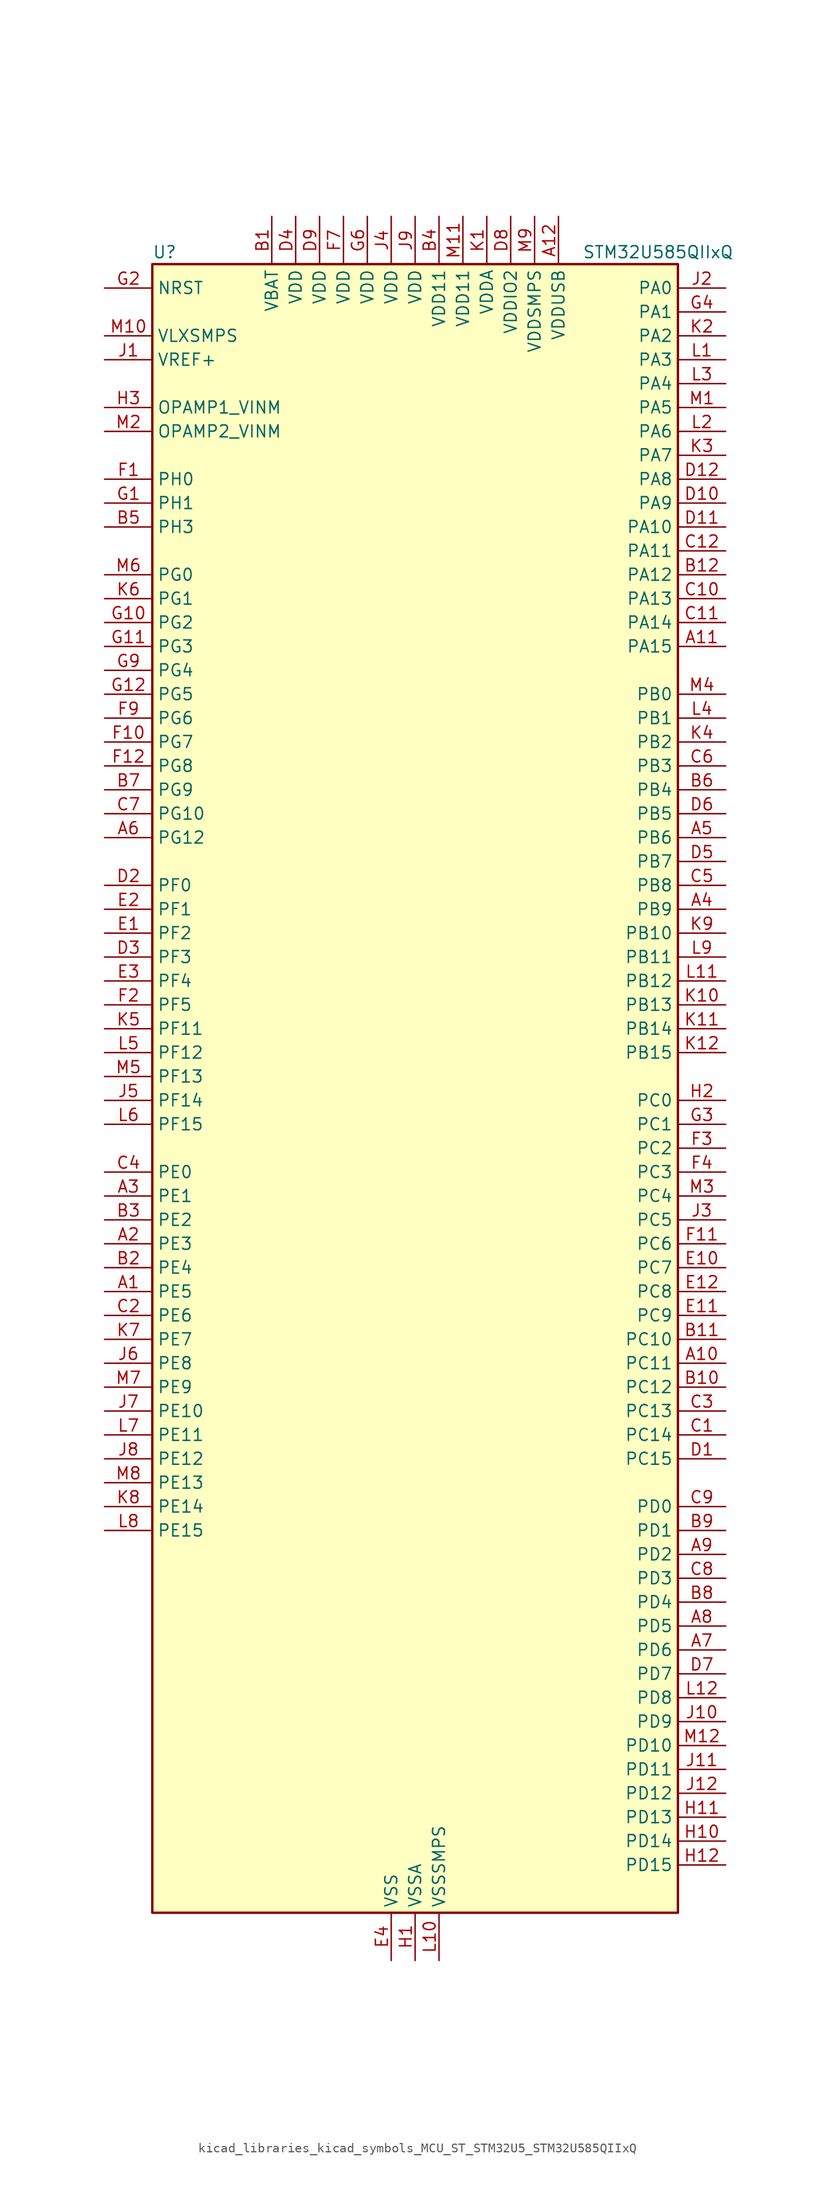
<source format=kicad_sym>
(kicad_symbol_lib
  (version 20220914)
  (generator kicad_symbol_editor)
  (symbol "kicad_libraries_kicad_symbols_MCU_ST_STM32U5_STM32U585QIIxQ"
    (property "Reference" "U"
      (at -27.94 90.17 0)
      (effects (font (size 1.27 1.27)) (justify left)))
    (property "Value" "STM32U585QIIxQ"
      (at 17.78 90.17 0)
      (effects (font (size 1.27 1.27)) (justify left)))
    (property "ki_locked" ""
      (at 0 0 0)
      (effects (font (size 1.27 1.27))))
    (symbol "kicad_libraries_kicad_symbols_MCU_ST_STM32U5_STM32U585QIIxQ_0_1"
      (rectangle (start -27.94 -86.36) (end 27.94 88.9) (stroke (width 0.254) (type default)) (fill (type background))))
    (symbol "kicad_libraries_kicad_symbols_MCU_ST_STM32U5_STM32U585QIIxQ_1_1"
      (pin bidirectional line (at -33.02 -20.32 0) (length 5.08) (name "PE5" (effects (font (size 1.27 1.27)))) (number "A1" (effects (font (size 1.27 1.27)))) (alternate "DCMI_D6" bidirectional line) (alternate "DEBUG_TRACED2" bidirectional line) (alternate "FMC_A21" bidirectional line) (alternate "MDF1_CKI3" bidirectional line) (alternate "PSSI_D6" bidirectional line) (alternate "PWR_WKUP2" bidirectional line) (alternate "SAI1_CK2" bidirectional line) (alternate "SAI1_SCK_A" bidirectional line) (alternate "TAMP_IN8" bidirectional line) (alternate "TAMP_OUT7" bidirectional line) (alternate "TIM3_CH3" bidirectional line) (alternate "TSC_G7_IO4" bidirectional line))
      (pin bidirectional line (at 33.02 -27.94 180) (length 5.08) (name "PC11" (effects (font (size 1.27 1.27)))) (number "A10" (effects (font (size 1.27 1.27)))) (alternate "ADC1_EXTI11" bidirectional line) (alternate "ADF1_SDI0" bidirectional line) (alternate "DCMI_D2" bidirectional line) (alternate "DCMI_D4" bidirectional line) (alternate "LPTIM3_IN1" bidirectional line) (alternate "OCTOSPIM_P1_NCS" bidirectional line) (alternate "PSSI_D2" bidirectional line) (alternate "PSSI_D4" bidirectional line) (alternate "SAI2_MCLK_B" bidirectional line) (alternate "SDMMC1_D3" bidirectional line) (alternate "SPI3_MISO" bidirectional line) (alternate "TSC_G3_IO3" bidirectional line) (alternate "UART4_RX" bidirectional line) (alternate "UCPD1_FRSTX2" bidirectional line) (alternate "USART3_RX" bidirectional line))
      (pin bidirectional line (at 33.02 48.26 180) (length 5.08) (name "PA15" (effects (font (size 1.27 1.27)))) (number "A11" (effects (font (size 1.27 1.27)))) (alternate "ADC1_EXTI15" bidirectional line) (alternate "ADC4_EXTI15" bidirectional line) (alternate "DEBUG_JTDI" bidirectional line) (alternate "SAI2_FS_B" bidirectional line) (alternate "SPI1_NSS" bidirectional line) (alternate "SPI3_NSS" bidirectional line) (alternate "TIM2_CH1" bidirectional line) (alternate "TIM2_ETR" bidirectional line) (alternate "UART4_DE" bidirectional line) (alternate "UART4_RTS" bidirectional line) (alternate "UCPD1_CC1" bidirectional line) (alternate "USART2_RX" bidirectional line) (alternate "USART3_DE" bidirectional line) (alternate "USART3_RTS" bidirectional line))
      (pin power_in line (at 15.24 93.98 270) (length 5.08) (name "VDDUSB" (effects (font (size 1.27 1.27)))) (number "A12" (effects (font (size 1.27 1.27)))))
      (pin bidirectional line (at -33.02 -15.24 0) (length 5.08) (name "PE3" (effects (font (size 1.27 1.27)))) (number "A2" (effects (font (size 1.27 1.27)))) (alternate "DEBUG_TRACED0" bidirectional line) (alternate "FMC_A19" bidirectional line) (alternate "OCTOSPIM_P1_DQS" bidirectional line) (alternate "SAI1_SD_B" bidirectional line) (alternate "TAMP_IN6" bidirectional line) (alternate "TAMP_OUT3" bidirectional line) (alternate "TIM3_CH1" bidirectional line) (alternate "TSC_G7_IO2" bidirectional line))
      (pin bidirectional line (at -33.02 -10.16 0) (length 5.08) (name "PE1" (effects (font (size 1.27 1.27)))) (number "A3" (effects (font (size 1.27 1.27)))) (alternate "DCMI_D3" bidirectional line) (alternate "FMC_NBL1" bidirectional line) (alternate "PSSI_D3" bidirectional line) (alternate "TIM17_CH1" bidirectional line))
      (pin bidirectional line (at 33.02 20.32 180) (length 5.08) (name "PB9" (effects (font (size 1.27 1.27)))) (number "A4" (effects (font (size 1.27 1.27)))) (alternate "DAC1_EXTI9" bidirectional line) (alternate "DCMI_D7" bidirectional line) (alternate "FDCAN1_TX" bidirectional line) (alternate "I2C1_SDA" bidirectional line) (alternate "IR_OUT" bidirectional line) (alternate "PSSI_D7" bidirectional line) (alternate "SAI1_D2" bidirectional line) (alternate "SAI1_FS_A" bidirectional line) (alternate "SDMMC1_CDIR" bidirectional line) (alternate "SDMMC1_D5" bidirectional line) (alternate "SDMMC2_D5" bidirectional line) (alternate "SPI2_NSS" bidirectional line) (alternate "TIM17_CH1" bidirectional line) (alternate "TIM4_CH4" bidirectional line))
      (pin bidirectional line (at 33.02 27.94 180) (length 5.08) (name "PB6" (effects (font (size 1.27 1.27)))) (number "A5" (effects (font (size 1.27 1.27)))) (alternate "COMP2_INP" bidirectional line) (alternate "DCMI_D5" bidirectional line) (alternate "I2C1_SCL" bidirectional line) (alternate "I2C4_SCL" bidirectional line) (alternate "LPTIM1_ETR" bidirectional line) (alternate "MDF1_SDI5" bidirectional line) (alternate "PSSI_D5" bidirectional line) (alternate "PWR_WKUP3" bidirectional line) (alternate "SAI1_FS_B" bidirectional line) (alternate "TIM16_CH1N" bidirectional line) (alternate "TIM4_CH1" bidirectional line) (alternate "TIM8_BKIN2" bidirectional line) (alternate "TSC_G2_IO3" bidirectional line) (alternate "USART1_TX" bidirectional line))
      (pin bidirectional line (at -33.02 27.94 0) (length 5.08) (name "PG12" (effects (font (size 1.27 1.27)))) (number "A6" (effects (font (size 1.27 1.27)))) (alternate "FMC_NE4" bidirectional line) (alternate "LPTIM1_ETR" bidirectional line) (alternate "OCTOSPIM_P2_NCS" bidirectional line) (alternate "SAI2_SD_A" bidirectional line) (alternate "SPI3_NSS" bidirectional line) (alternate "USART1_DE" bidirectional line) (alternate "USART1_RTS" bidirectional line))
      (pin bidirectional line (at 33.02 -58.42 180) (length 5.08) (name "PD6" (effects (font (size 1.27 1.27)))) (number "A7" (effects (font (size 1.27 1.27)))) (alternate "DCMI_D10" bidirectional line) (alternate "FMC_NWAIT" bidirectional line) (alternate "MDF1_SDI1" bidirectional line) (alternate "OCTOSPIM_P1_IO6" bidirectional line) (alternate "PSSI_D10" bidirectional line) (alternate "SAI1_D1" bidirectional line) (alternate "SAI1_SD_A" bidirectional line) (alternate "SDMMC2_CK" bidirectional line) (alternate "SPI3_MOSI" bidirectional line) (alternate "USART2_RX" bidirectional line))
      (pin bidirectional line (at 33.02 -55.88 180) (length 5.08) (name "PD5" (effects (font (size 1.27 1.27)))) (number "A8" (effects (font (size 1.27 1.27)))) (alternate "FMC_NWE" bidirectional line) (alternate "OCTOSPIM_P1_IO5" bidirectional line) (alternate "SPI2_RDY" bidirectional line) (alternate "USART2_TX" bidirectional line))
      (pin bidirectional line (at 33.02 -48.26 180) (length 5.08) (name "PD2" (effects (font (size 1.27 1.27)))) (number "A9" (effects (font (size 1.27 1.27)))) (alternate "DCMI_D11" bidirectional line) (alternate "DEBUG_TRACED2" bidirectional line) (alternate "LPTIM4_ETR" bidirectional line) (alternate "PSSI_D11" bidirectional line) (alternate "SDMMC1_CMD" bidirectional line) (alternate "TIM3_ETR" bidirectional line) (alternate "TSC_SYNC" bidirectional line) (alternate "UART5_RX" bidirectional line) (alternate "USART3_DE" bidirectional line) (alternate "USART3_RTS" bidirectional line))
      (pin power_in line (at -15.24 93.98 270) (length 5.08) (name "VBAT" (effects (font (size 1.27 1.27)))) (number "B1" (effects (font (size 1.27 1.27)))))
      (pin bidirectional line (at 33.02 -30.48 180) (length 5.08) (name "PC12" (effects (font (size 1.27 1.27)))) (number "B10" (effects (font (size 1.27 1.27)))) (alternate "DCMI_D9" bidirectional line) (alternate "DEBUG_TRACED3" bidirectional line) (alternate "PSSI_D9" bidirectional line) (alternate "SAI2_SD_B" bidirectional line) (alternate "SDMMC1_CK" bidirectional line) (alternate "SPI3_MOSI" bidirectional line) (alternate "TSC_G3_IO4" bidirectional line) (alternate "UART5_TX" bidirectional line) (alternate "USART3_CK" bidirectional line))
      (pin bidirectional line (at 33.02 -25.4 180) (length 5.08) (name "PC10" (effects (font (size 1.27 1.27)))) (number "B11" (effects (font (size 1.27 1.27)))) (alternate "ADF1_CCK1" bidirectional line) (alternate "DCMI_D8" bidirectional line) (alternate "DEBUG_TRACED1" bidirectional line) (alternate "LPTIM3_ETR" bidirectional line) (alternate "PSSI_D8" bidirectional line) (alternate "SAI2_SCK_B" bidirectional line) (alternate "SDMMC1_D2" bidirectional line) (alternate "SPI3_SCK" bidirectional line) (alternate "TSC_G3_IO2" bidirectional line) (alternate "UART4_TX" bidirectional line) (alternate "USART3_TX" bidirectional line))
      (pin bidirectional line (at 33.02 55.88 180) (length 5.08) (name "PA12" (effects (font (size 1.27 1.27)))) (number "B12" (effects (font (size 1.27 1.27)))) (alternate "FDCAN1_TX" bidirectional line) (alternate "OCTOSPIM_P2_NCS" bidirectional line) (alternate "SPI1_MOSI" bidirectional line) (alternate "TIM1_ETR" bidirectional line) (alternate "USART1_DE" bidirectional line) (alternate "USART1_RTS" bidirectional line) (alternate "USB_OTG_FS_DP" bidirectional line))
      (pin bidirectional line (at -33.02 -17.78 0) (length 5.08) (name "PE4" (effects (font (size 1.27 1.27)))) (number "B2" (effects (font (size 1.27 1.27)))) (alternate "DCMI_D4" bidirectional line) (alternate "DEBUG_TRACED1" bidirectional line) (alternate "FMC_A20" bidirectional line) (alternate "MDF1_SDI3" bidirectional line) (alternate "PSSI_D4" bidirectional line) (alternate "PWR_WKUP1" bidirectional line) (alternate "SAI1_D2" bidirectional line) (alternate "SAI1_FS_A" bidirectional line) (alternate "TAMP_IN7" bidirectional line) (alternate "TAMP_OUT8" bidirectional line) (alternate "TIM3_CH2" bidirectional line) (alternate "TSC_G7_IO3" bidirectional line))
      (pin bidirectional line (at -33.02 -12.7 0) (length 5.08) (name "PE2" (effects (font (size 1.27 1.27)))) (number "B3" (effects (font (size 1.27 1.27)))) (alternate "DEBUG_TRACECLK" bidirectional line) (alternate "FMC_A23" bidirectional line) (alternate "SAI1_CK1" bidirectional line) (alternate "SAI1_MCLK_A" bidirectional line) (alternate "TIM3_ETR" bidirectional line) (alternate "TSC_G7_IO1" bidirectional line))
      (pin power_in line (at 2.54 93.98 270) (length 5.08) (name "VDD11" (effects (font (size 1.27 1.27)))) (number "B4" (effects (font (size 1.27 1.27)))))
      (pin bidirectional line (at -33.02 60.96 0) (length 5.08) (name "PH3" (effects (font (size 1.27 1.27)))) (number "B5" (effects (font (size 1.27 1.27)))))
      (pin bidirectional line (at 33.02 33.02 180) (length 5.08) (name "PB4" (effects (font (size 1.27 1.27)))) (number "B6" (effects (font (size 1.27 1.27)))) (alternate "ADF1_SDI0" bidirectional line) (alternate "COMP2_INP" bidirectional line) (alternate "DCMI_D12" bidirectional line) (alternate "DEBUG_JTRST" bidirectional line) (alternate "I2C3_SDA" bidirectional line) (alternate "LPTIM1_CH2" bidirectional line) (alternate "PSSI_D12" bidirectional line) (alternate "SAI1_MCLK_B" bidirectional line) (alternate "SDMMC2_D3" bidirectional line) (alternate "SPI1_MISO" bidirectional line) (alternate "SPI3_MISO" bidirectional line) (alternate "TIM17_BKIN" bidirectional line) (alternate "TIM3_CH1" bidirectional line) (alternate "TSC_G2_IO1" bidirectional line) (alternate "UART5_DE" bidirectional line) (alternate "UART5_RTS" bidirectional line) (alternate "USART1_CTS" bidirectional line))
      (pin bidirectional line (at -33.02 33.02 0) (length 5.08) (name "PG9" (effects (font (size 1.27 1.27)))) (number "B7" (effects (font (size 1.27 1.27)))) (alternate "DAC1_EXTI9" bidirectional line) (alternate "FMC_NCE" bidirectional line) (alternate "FMC_NE2" bidirectional line) (alternate "OCTOSPIM_P2_IO6" bidirectional line) (alternate "SAI2_SCK_A" bidirectional line) (alternate "SPI3_SCK" bidirectional line) (alternate "TIM15_CH1N" bidirectional line) (alternate "USART1_TX" bidirectional line))
      (pin bidirectional line (at 33.02 -53.34 180) (length 5.08) (name "PD4" (effects (font (size 1.27 1.27)))) (number "B8" (effects (font (size 1.27 1.27)))) (alternate "FMC_NOE" bidirectional line) (alternate "MDF1_CKI0" bidirectional line) (alternate "OCTOSPIM_P1_IO4" bidirectional line) (alternate "SPI2_MOSI" bidirectional line) (alternate "USART2_DE" bidirectional line) (alternate "USART2_RTS" bidirectional line))
      (pin bidirectional line (at 33.02 -45.72 180) (length 5.08) (name "PD1" (effects (font (size 1.27 1.27)))) (number "B9" (effects (font (size 1.27 1.27)))) (alternate "FDCAN1_TX" bidirectional line) (alternate "FMC_D3" bidirectional line) (alternate "FMC_DA3" bidirectional line) (alternate "SPI2_SCK" bidirectional line))
      (pin bidirectional line (at 33.02 -35.56 180) (length 5.08) (name "PC14" (effects (font (size 1.27 1.27)))) (number "C1" (effects (font (size 1.27 1.27)))) (alternate "RCC_OSC32_IN" bidirectional line))
      (pin bidirectional line (at 33.02 53.34 180) (length 5.08) (name "PA13" (effects (font (size 1.27 1.27)))) (number "C10" (effects (font (size 1.27 1.27)))) (alternate "DEBUG_JTMS-SWDIO" bidirectional line) (alternate "IR_OUT" bidirectional line) (alternate "SAI1_SD_B" bidirectional line) (alternate "USB_OTG_FS_NOE" bidirectional line))
      (pin bidirectional line (at 33.02 50.8 180) (length 5.08) (name "PA14" (effects (font (size 1.27 1.27)))) (number "C11" (effects (font (size 1.27 1.27)))) (alternate "DEBUG_JTCK-SWCLK" bidirectional line) (alternate "I2C1_SMBA" bidirectional line) (alternate "I2C4_SMBA" bidirectional line) (alternate "LPTIM1_CH1" bidirectional line) (alternate "SAI1_FS_B" bidirectional line) (alternate "USB_OTG_FS_SOF" bidirectional line))
      (pin bidirectional line (at 33.02 58.42 180) (length 5.08) (name "PA11" (effects (font (size 1.27 1.27)))) (number "C12" (effects (font (size 1.27 1.27)))) (alternate "ADC1_EXTI11" bidirectional line) (alternate "FDCAN1_RX" bidirectional line) (alternate "SPI1_MISO" bidirectional line) (alternate "TIM1_BKIN2" bidirectional line) (alternate "TIM1_CH4" bidirectional line) (alternate "USART1_CTS" bidirectional line) (alternate "USB_OTG_FS_DM" bidirectional line))
      (pin bidirectional line (at -33.02 -22.86 0) (length 5.08) (name "PE6" (effects (font (size 1.27 1.27)))) (number "C2" (effects (font (size 1.27 1.27)))) (alternate "DCMI_D7" bidirectional line) (alternate "DEBUG_TRACED3" bidirectional line) (alternate "FMC_A22" bidirectional line) (alternate "PSSI_D7" bidirectional line) (alternate "PWR_WKUP3" bidirectional line) (alternate "SAI1_D1" bidirectional line) (alternate "SAI1_SD_A" bidirectional line) (alternate "TAMP_IN3" bidirectional line) (alternate "TAMP_OUT6" bidirectional line) (alternate "TIM3_CH4" bidirectional line))
      (pin bidirectional line (at 33.02 -33.02 180) (length 5.08) (name "PC13" (effects (font (size 1.27 1.27)))) (number "C3" (effects (font (size 1.27 1.27)))) (alternate "PWR_WKUP2" bidirectional line) (alternate "RTC_OUT1" bidirectional line) (alternate "RTC_TS" bidirectional line) (alternate "TAMP_IN1" bidirectional line) (alternate "TAMP_OUT2" bidirectional line))
      (pin bidirectional line (at -33.02 -7.62 0) (length 5.08) (name "PE0" (effects (font (size 1.27 1.27)))) (number "C4" (effects (font (size 1.27 1.27)))) (alternate "DCMI_D2" bidirectional line) (alternate "FMC_NBL0" bidirectional line) (alternate "PSSI_D2" bidirectional line) (alternate "TIM16_CH1" bidirectional line) (alternate "TIM4_ETR" bidirectional line))
      (pin bidirectional line (at 33.02 22.86 180) (length 5.08) (name "PB8" (effects (font (size 1.27 1.27)))) (number "C5" (effects (font (size 1.27 1.27)))) (alternate "DCMI_D6" bidirectional line) (alternate "FDCAN1_RX" bidirectional line) (alternate "I2C1_SCL" bidirectional line) (alternate "MDF1_CCK0" bidirectional line) (alternate "PSSI_D6" bidirectional line) (alternate "PWR_WKUP5" bidirectional line) (alternate "SAI1_CK1" bidirectional line) (alternate "SAI1_MCLK_A" bidirectional line) (alternate "SDMMC1_CKIN" bidirectional line) (alternate "SDMMC1_D4" bidirectional line) (alternate "SDMMC2_D4" bidirectional line) (alternate "SPI3_RDY" bidirectional line) (alternate "TIM16_CH1" bidirectional line) (alternate "TIM4_CH3" bidirectional line))
      (pin bidirectional line (at 33.02 35.56 180) (length 5.08) (name "PB3" (effects (font (size 1.27 1.27)))) (number "C6" (effects (font (size 1.27 1.27)))) (alternate "ADF1_CCK0" bidirectional line) (alternate "COMP2_INM" bidirectional line) (alternate "CRS_SYNC" bidirectional line) (alternate "DEBUG_JTDO-SWO" bidirectional line) (alternate "I2C1_SDA" bidirectional line) (alternate "LPTIM1_CH1" bidirectional line) (alternate "SAI1_SCK_B" bidirectional line) (alternate "SDMMC2_D2" bidirectional line) (alternate "SPI1_SCK" bidirectional line) (alternate "SPI3_SCK" bidirectional line) (alternate "TIM2_CH2" bidirectional line) (alternate "USART1_DE" bidirectional line) (alternate "USART1_RTS" bidirectional line))
      (pin bidirectional line (at -33.02 30.48 0) (length 5.08) (name "PG10" (effects (font (size 1.27 1.27)))) (number "C7" (effects (font (size 1.27 1.27)))) (alternate "FMC_NE3" bidirectional line) (alternate "LPTIM1_IN1" bidirectional line) (alternate "OCTOSPIM_P2_IO7" bidirectional line) (alternate "SAI2_FS_A" bidirectional line) (alternate "SPI3_MISO" bidirectional line) (alternate "TIM15_CH1" bidirectional line) (alternate "USART1_RX" bidirectional line))
      (pin bidirectional line (at 33.02 -50.8 180) (length 5.08) (name "PD3" (effects (font (size 1.27 1.27)))) (number "C8" (effects (font (size 1.27 1.27)))) (alternate "DCMI_D5" bidirectional line) (alternate "FMC_CLK" bidirectional line) (alternate "MDF1_SDI0" bidirectional line) (alternate "OCTOSPIM_P2_NCS" bidirectional line) (alternate "PSSI_D5" bidirectional line) (alternate "SPI2_MISO" bidirectional line) (alternate "SPI2_SCK" bidirectional line) (alternate "USART2_CTS" bidirectional line))
      (pin bidirectional line (at 33.02 -43.18 180) (length 5.08) (name "PD0" (effects (font (size 1.27 1.27)))) (number "C9" (effects (font (size 1.27 1.27)))) (alternate "FDCAN1_RX" bidirectional line) (alternate "FMC_D2" bidirectional line) (alternate "FMC_DA2" bidirectional line) (alternate "SPI2_NSS" bidirectional line) (alternate "TIM8_CH4N" bidirectional line))
      (pin bidirectional line (at 33.02 -38.1 180) (length 5.08) (name "PC15" (effects (font (size 1.27 1.27)))) (number "D1" (effects (font (size 1.27 1.27)))) (alternate "ADC1_EXTI15" bidirectional line) (alternate "ADC4_EXTI15" bidirectional line) (alternate "RCC_OSC32_OUT" bidirectional line))
      (pin bidirectional line (at 33.02 63.5 180) (length 5.08) (name "PA9" (effects (font (size 1.27 1.27)))) (number "D10" (effects (font (size 1.27 1.27)))) (alternate "DAC1_EXTI9" bidirectional line) (alternate "DCMI_D0" bidirectional line) (alternate "PSSI_D0" bidirectional line) (alternate "SAI1_FS_A" bidirectional line) (alternate "SPI2_SCK" bidirectional line) (alternate "TIM15_BKIN" bidirectional line) (alternate "TIM1_CH2" bidirectional line) (alternate "USART1_TX" bidirectional line) (alternate "USB_OTG_FS_VBUS" bidirectional line))
      (pin bidirectional line (at 33.02 60.96 180) (length 5.08) (name "PA10" (effects (font (size 1.27 1.27)))) (number "D11" (effects (font (size 1.27 1.27)))) (alternate "CRS_SYNC" bidirectional line) (alternate "DCMI_D1" bidirectional line) (alternate "LPTIM2_IN2" bidirectional line) (alternate "PSSI_D1" bidirectional line) (alternate "SAI1_D1" bidirectional line) (alternate "SAI1_SD_A" bidirectional line) (alternate "TIM17_BKIN" bidirectional line) (alternate "TIM1_CH3" bidirectional line) (alternate "USART1_RX" bidirectional line) (alternate "USB_OTG_FS_ID" bidirectional line))
      (pin bidirectional line (at 33.02 66.04 180) (length 5.08) (name "PA8" (effects (font (size 1.27 1.27)))) (number "D12" (effects (font (size 1.27 1.27)))) (alternate "DEBUG_TRACECLK" bidirectional line) (alternate "LPTIM2_CH1" bidirectional line) (alternate "RCC_MCO" bidirectional line) (alternate "SAI1_CK2" bidirectional line) (alternate "SAI1_SCK_A" bidirectional line) (alternate "SPI1_RDY" bidirectional line) (alternate "TIM1_CH1" bidirectional line) (alternate "USART1_CK" bidirectional line) (alternate "USB_OTG_FS_SOF" bidirectional line))
      (pin bidirectional line (at -33.02 22.86 0) (length 5.08) (name "PF0" (effects (font (size 1.27 1.27)))) (number "D2" (effects (font (size 1.27 1.27)))) (alternate "FMC_A0" bidirectional line) (alternate "I2C2_SDA" bidirectional line) (alternate "OCTOSPIM_P2_IO0" bidirectional line))
      (pin bidirectional line (at -33.02 15.24 0) (length 5.08) (name "PF3" (effects (font (size 1.27 1.27)))) (number "D3" (effects (font (size 1.27 1.27)))) (alternate "FMC_A3" bidirectional line) (alternate "LPTIM3_IN1" bidirectional line) (alternate "OCTOSPIM_P2_IO3" bidirectional line))
      (pin power_in line (at -12.7 93.98 270) (length 5.08) (name "VDD" (effects (font (size 1.27 1.27)))) (number "D4" (effects (font (size 1.27 1.27)))))
      (pin bidirectional line (at 33.02 25.4 180) (length 5.08) (name "PB7" (effects (font (size 1.27 1.27)))) (number "D5" (effects (font (size 1.27 1.27)))) (alternate "COMP2_INM" bidirectional line) (alternate "DCMI_VSYNC" bidirectional line) (alternate "FMC_NL" bidirectional line) (alternate "I2C1_SDA" bidirectional line) (alternate "I2C4_SDA" bidirectional line) (alternate "LPTIM1_IN2" bidirectional line) (alternate "MDF1_CKI5" bidirectional line) (alternate "PSSI_RDY" bidirectional line) (alternate "PWR_PVD_IN" bidirectional line) (alternate "PWR_WKUP4" bidirectional line) (alternate "TIM17_CH1N" bidirectional line) (alternate "TIM4_CH2" bidirectional line) (alternate "TIM8_BKIN" bidirectional line) (alternate "TSC_G2_IO4" bidirectional line) (alternate "UART4_CTS" bidirectional line) (alternate "USART1_RX" bidirectional line))
      (pin bidirectional line (at 33.02 30.48 180) (length 5.08) (name "PB5" (effects (font (size 1.27 1.27)))) (number "D6" (effects (font (size 1.27 1.27)))) (alternate "COMP2_OUT" bidirectional line) (alternate "DCMI_D10" bidirectional line) (alternate "I2C1_SMBA" bidirectional line) (alternate "LPTIM1_IN1" bidirectional line) (alternate "OCTOSPIM_P1_NCLK" bidirectional line) (alternate "PSSI_D10" bidirectional line) (alternate "PWR_WKUP6" bidirectional line) (alternate "SAI1_SD_B" bidirectional line) (alternate "SPI1_MOSI" bidirectional line) (alternate "SPI3_MOSI" bidirectional line) (alternate "TIM16_BKIN" bidirectional line) (alternate "TIM3_CH2" bidirectional line) (alternate "TSC_G2_IO2" bidirectional line) (alternate "UART5_CTS" bidirectional line) (alternate "UCPD1_DBCC1" bidirectional line) (alternate "USART1_CK" bidirectional line))
      (pin bidirectional line (at 33.02 -60.96 180) (length 5.08) (name "PD7" (effects (font (size 1.27 1.27)))) (number "D7" (effects (font (size 1.27 1.27)))) (alternate "FMC_NCE" bidirectional line) (alternate "FMC_NE1" bidirectional line) (alternate "LPTIM4_OUT" bidirectional line) (alternate "MDF1_CKI1" bidirectional line) (alternate "OCTOSPIM_P1_IO7" bidirectional line) (alternate "SDMMC2_CMD" bidirectional line) (alternate "USART2_CK" bidirectional line))
      (pin power_in line (at 10.16 93.98 270) (length 5.08) (name "VDDIO2" (effects (font (size 1.27 1.27)))) (number "D8" (effects (font (size 1.27 1.27)))))
      (pin power_in line (at -10.16 93.98 270) (length 5.08) (name "VDD" (effects (font (size 1.27 1.27)))) (number "D9" (effects (font (size 1.27 1.27)))))
      (pin bidirectional line (at -33.02 17.78 0) (length 5.08) (name "PF2" (effects (font (size 1.27 1.27)))) (number "E1" (effects (font (size 1.27 1.27)))) (alternate "FMC_A2" bidirectional line) (alternate "I2C2_SMBA" bidirectional line) (alternate "LPTIM3_CH2" bidirectional line) (alternate "OCTOSPIM_P2_IO2" bidirectional line) (alternate "PWR_WKUP8" bidirectional line))
      (pin bidirectional line (at 33.02 -17.78 180) (length 5.08) (name "PC7" (effects (font (size 1.27 1.27)))) (number "E10" (effects (font (size 1.27 1.27)))) (alternate "DCMI_D1" bidirectional line) (alternate "LPTIM2_CH2" bidirectional line) (alternate "MDF1_SDI3" bidirectional line) (alternate "PSSI_D1" bidirectional line) (alternate "PWR_CDSTOP" bidirectional line) (alternate "SAI2_MCLK_B" bidirectional line) (alternate "SDMMC1_D123DIR" bidirectional line) (alternate "SDMMC1_D7" bidirectional line) (alternate "SDMMC2_D7" bidirectional line) (alternate "TIM3_CH2" bidirectional line) (alternate "TIM8_CH2" bidirectional line) (alternate "TSC_G4_IO2" bidirectional line))
      (pin bidirectional line (at 33.02 -22.86 180) (length 5.08) (name "PC9" (effects (font (size 1.27 1.27)))) (number "E11" (effects (font (size 1.27 1.27)))) (alternate "DAC1_EXTI9" bidirectional line) (alternate "DCMI_D3" bidirectional line) (alternate "DEBUG_TRACED0" bidirectional line) (alternate "LPTIM3_CH2" bidirectional line) (alternate "PSSI_D3" bidirectional line) (alternate "SDMMC1_D1" bidirectional line) (alternate "TIM3_CH4" bidirectional line) (alternate "TIM8_BKIN2" bidirectional line) (alternate "TIM8_CH4" bidirectional line) (alternate "TSC_G4_IO4" bidirectional line) (alternate "USB_OTG_FS_NOE" bidirectional line))
      (pin bidirectional line (at 33.02 -20.32 180) (length 5.08) (name "PC8" (effects (font (size 1.27 1.27)))) (number "E12" (effects (font (size 1.27 1.27)))) (alternate "DCMI_D2" bidirectional line) (alternate "LPTIM3_CH1" bidirectional line) (alternate "PSSI_D2" bidirectional line) (alternate "PWR_SRDSTOP" bidirectional line) (alternate "SDMMC1_D0" bidirectional line) (alternate "TIM3_CH3" bidirectional line) (alternate "TIM8_CH3" bidirectional line) (alternate "TSC_G4_IO3" bidirectional line))
      (pin bidirectional line (at -33.02 20.32 0) (length 5.08) (name "PF1" (effects (font (size 1.27 1.27)))) (number "E2" (effects (font (size 1.27 1.27)))) (alternate "FMC_A1" bidirectional line) (alternate "I2C2_SCL" bidirectional line) (alternate "OCTOSPIM_P2_IO1" bidirectional line))
      (pin bidirectional line (at -33.02 12.7 0) (length 5.08) (name "PF4" (effects (font (size 1.27 1.27)))) (number "E3" (effects (font (size 1.27 1.27)))) (alternate "FMC_A4" bidirectional line) (alternate "LPTIM3_ETR" bidirectional line) (alternate "OCTOSPIM_P2_CLK" bidirectional line))
      (pin power_in line (at -2.54 -91.44 90) (length 5.08) (name "VSS" (effects (font (size 1.27 1.27)))) (number "E4" (effects (font (size 1.27 1.27)))))
      (pin passive line (at -2.54 -91.44 90) (length 5.08) hide (name "VSS" (effects (font (size 1.27 1.27)))) (number "E9" (effects (font (size 1.27 1.27)))))
      (pin bidirectional line (at -33.02 66.04 0) (length 5.08) (name "PH0" (effects (font (size 1.27 1.27)))) (number "F1" (effects (font (size 1.27 1.27)))) (alternate "RCC_OSC_IN" bidirectional line))
      (pin bidirectional line (at -33.02 38.1 0) (length 5.08) (name "PG7" (effects (font (size 1.27 1.27)))) (number "F10" (effects (font (size 1.27 1.27)))) (alternate "FMC_INT" bidirectional line) (alternate "I2C3_SCL" bidirectional line) (alternate "LPUART1_TX" bidirectional line) (alternate "MDF1_CCK0" bidirectional line) (alternate "OCTOSPIM_P2_DQS" bidirectional line) (alternate "SAI1_CK1" bidirectional line) (alternate "SAI1_MCLK_A" bidirectional line) (alternate "UCPD1_FRSTX2" bidirectional line))
      (pin bidirectional line (at 33.02 -15.24 180) (length 5.08) (name "PC6" (effects (font (size 1.27 1.27)))) (number "F11" (effects (font (size 1.27 1.27)))) (alternate "DCMI_D0" bidirectional line) (alternate "MDF1_CKI3" bidirectional line) (alternate "PSSI_D0" bidirectional line) (alternate "PWR_CSLEEP" bidirectional line) (alternate "SAI2_MCLK_A" bidirectional line) (alternate "SDMMC1_D0DIR" bidirectional line) (alternate "SDMMC1_D6" bidirectional line) (alternate "SDMMC2_D6" bidirectional line) (alternate "TIM3_CH1" bidirectional line) (alternate "TIM8_CH1" bidirectional line) (alternate "TSC_G4_IO1" bidirectional line))
      (pin bidirectional line (at -33.02 35.56 0) (length 5.08) (name "PG8" (effects (font (size 1.27 1.27)))) (number "F12" (effects (font (size 1.27 1.27)))) (alternate "I2C3_SDA" bidirectional line) (alternate "LPUART1_RX" bidirectional line))
      (pin bidirectional line (at -33.02 10.16 0) (length 5.08) (name "PF5" (effects (font (size 1.27 1.27)))) (number "F2" (effects (font (size 1.27 1.27)))) (alternate "FMC_A5" bidirectional line) (alternate "LPTIM3_CH1" bidirectional line) (alternate "OCTOSPIM_P2_NCLK" bidirectional line))
      (pin bidirectional line (at 33.02 -5.08 180) (length 5.08) (name "PC2" (effects (font (size 1.27 1.27)))) (number "F3" (effects (font (size 1.27 1.27)))) (alternate "ADC1_IN3" bidirectional line) (alternate "ADC4_IN3" bidirectional line) (alternate "LPTIM1_IN2" bidirectional line) (alternate "MDF1_CCK1" bidirectional line) (alternate "OCTOSPIM_P1_IO5" bidirectional line) (alternate "SPI2_MISO" bidirectional line))
      (pin bidirectional line (at 33.02 -7.62 180) (length 5.08) (name "PC3" (effects (font (size 1.27 1.27)))) (number "F4" (effects (font (size 1.27 1.27)))) (alternate "ADC1_IN4" bidirectional line) (alternate "ADC4_IN4" bidirectional line) (alternate "LPTIM1_ETR" bidirectional line) (alternate "LPTIM2_ETR" bidirectional line) (alternate "LPTIM3_CH1" bidirectional line) (alternate "OCTOSPIM_P1_IO6" bidirectional line) (alternate "SAI1_D1" bidirectional line) (alternate "SAI1_SD_A" bidirectional line) (alternate "SPI2_MOSI" bidirectional line))
      (pin passive line (at -2.54 -91.44 90) (length 5.08) hide (name "VSS" (effects (font (size 1.27 1.27)))) (number "F6" (effects (font (size 1.27 1.27)))))
      (pin power_in line (at -7.62 93.98 270) (length 5.08) (name "VDD" (effects (font (size 1.27 1.27)))) (number "F7" (effects (font (size 1.27 1.27)))))
      (pin bidirectional line (at -33.02 40.64 0) (length 5.08) (name "PG6" (effects (font (size 1.27 1.27)))) (number "F9" (effects (font (size 1.27 1.27)))) (alternate "I2C3_SMBA" bidirectional line) (alternate "LPUART1_DE" bidirectional line) (alternate "LPUART1_RTS" bidirectional line) (alternate "OCTOSPIM_P1_DQS" bidirectional line) (alternate "SPI1_RDY" bidirectional line) (alternate "UCPD1_FRSTX1" bidirectional line))
      (pin bidirectional line (at -33.02 63.5 0) (length 5.08) (name "PH1" (effects (font (size 1.27 1.27)))) (number "G1" (effects (font (size 1.27 1.27)))) (alternate "RCC_OSC_OUT" bidirectional line))
      (pin bidirectional line (at -33.02 50.8 0) (length 5.08) (name "PG2" (effects (font (size 1.27 1.27)))) (number "G10" (effects (font (size 1.27 1.27)))) (alternate "FMC_A12" bidirectional line) (alternate "SAI2_SCK_B" bidirectional line) (alternate "SPI1_SCK" bidirectional line))
      (pin bidirectional line (at -33.02 48.26 0) (length 5.08) (name "PG3" (effects (font (size 1.27 1.27)))) (number "G11" (effects (font (size 1.27 1.27)))) (alternate "FMC_A13" bidirectional line) (alternate "SAI2_FS_B" bidirectional line) (alternate "SPI1_MISO" bidirectional line))
      (pin bidirectional line (at -33.02 43.18 0) (length 5.08) (name "PG5" (effects (font (size 1.27 1.27)))) (number "G12" (effects (font (size 1.27 1.27)))) (alternate "FMC_A15" bidirectional line) (alternate "LPUART1_CTS" bidirectional line) (alternate "SAI2_SD_B" bidirectional line) (alternate "SPI1_NSS" bidirectional line))
      (pin input line (at -33.02 86.36 0) (length 5.08) (name "NRST" (effects (font (size 1.27 1.27)))) (number "G2" (effects (font (size 1.27 1.27)))))
      (pin bidirectional line (at 33.02 -2.54 180) (length 5.08) (name "PC1" (effects (font (size 1.27 1.27)))) (number "G3" (effects (font (size 1.27 1.27)))) (alternate "ADC1_IN2" bidirectional line) (alternate "ADC4_IN2" bidirectional line) (alternate "DEBUG_TRACED0" bidirectional line) (alternate "I2C3_SDA" bidirectional line) (alternate "LPTIM1_CH1" bidirectional line) (alternate "LPUART1_TX" bidirectional line) (alternate "MDF1_CKI4" bidirectional line) (alternate "OCTOSPIM_P1_IO4" bidirectional line) (alternate "SAI1_SD_A" bidirectional line) (alternate "SDMMC2_CK" bidirectional line) (alternate "SPI2_MOSI" bidirectional line))
      (pin bidirectional line (at 33.02 83.82 180) (length 5.08) (name "PA1" (effects (font (size 1.27 1.27)))) (number "G4" (effects (font (size 1.27 1.27)))) (alternate "ADC1_IN6" bidirectional line) (alternate "I2C1_SMBA" bidirectional line) (alternate "LPTIM1_CH2" bidirectional line) (alternate "OCTOSPIM_P1_DQS" bidirectional line) (alternate "OPAMP1_VINM" bidirectional line) (alternate "PWR_WKUP3" bidirectional line) (alternate "SPI1_SCK" bidirectional line) (alternate "TAMP_IN5" bidirectional line) (alternate "TAMP_OUT4" bidirectional line) (alternate "TIM15_CH1N" bidirectional line) (alternate "TIM2_CH2" bidirectional line) (alternate "TIM5_CH2" bidirectional line) (alternate "UART4_RX" bidirectional line) (alternate "USART2_DE" bidirectional line) (alternate "USART2_RTS" bidirectional line))
      (pin power_in line (at -5.08 93.98 270) (length 5.08) (name "VDD" (effects (font (size 1.27 1.27)))) (number "G6" (effects (font (size 1.27 1.27)))))
      (pin passive line (at -2.54 -91.44 90) (length 5.08) hide (name "VSS" (effects (font (size 1.27 1.27)))) (number "G7" (effects (font (size 1.27 1.27)))))
      (pin bidirectional line (at -33.02 45.72 0) (length 5.08) (name "PG4" (effects (font (size 1.27 1.27)))) (number "G9" (effects (font (size 1.27 1.27)))) (alternate "FMC_A14" bidirectional line) (alternate "SAI2_MCLK_B" bidirectional line) (alternate "SPI1_MOSI" bidirectional line))
      (pin power_in line (at 0 -91.44 90) (length 5.08) (name "VSSA" (effects (font (size 1.27 1.27)))) (number "H1" (effects (font (size 1.27 1.27)))))
      (pin bidirectional line (at 33.02 -78.74 180) (length 5.08) (name "PD14" (effects (font (size 1.27 1.27)))) (number "H10" (effects (font (size 1.27 1.27)))) (alternate "FMC_D0" bidirectional line) (alternate "FMC_DA0" bidirectional line) (alternate "LPTIM3_CH1" bidirectional line) (alternate "TIM4_CH3" bidirectional line))
      (pin bidirectional line (at 33.02 -76.2 180) (length 5.08) (name "PD13" (effects (font (size 1.27 1.27)))) (number "H11" (effects (font (size 1.27 1.27)))) (alternate "ADC4_IN17" bidirectional line) (alternate "FMC_A18" bidirectional line) (alternate "I2C4_SDA" bidirectional line) (alternate "LPTIM2_CH1" bidirectional line) (alternate "LPTIM4_IN1" bidirectional line) (alternate "TIM4_CH2" bidirectional line) (alternate "TSC_G6_IO4" bidirectional line))
      (pin bidirectional line (at 33.02 -81.28 180) (length 5.08) (name "PD15" (effects (font (size 1.27 1.27)))) (number "H12" (effects (font (size 1.27 1.27)))) (alternate "ADC1_EXTI15" bidirectional line) (alternate "ADC4_EXTI15" bidirectional line) (alternate "FMC_D1" bidirectional line) (alternate "FMC_DA1" bidirectional line) (alternate "LPTIM3_CH2" bidirectional line) (alternate "TIM4_CH4" bidirectional line))
      (pin bidirectional line (at 33.02 0 180) (length 5.08) (name "PC0" (effects (font (size 1.27 1.27)))) (number "H2" (effects (font (size 1.27 1.27)))) (alternate "ADC1_IN1" bidirectional line) (alternate "ADC4_IN1" bidirectional line) (alternate "I2C3_SCL" bidirectional line) (alternate "LPTIM1_IN1" bidirectional line) (alternate "LPTIM2_IN1" bidirectional line) (alternate "LPUART1_RX" bidirectional line) (alternate "MDF1_SDI4" bidirectional line) (alternate "OCTOSPIM_P1_IO7" bidirectional line) (alternate "SAI2_FS_A" bidirectional line) (alternate "SDMMC1_D5" bidirectional line) (alternate "SPI2_RDY" bidirectional line))
      (pin bidirectional line (at -33.02 73.66 0) (length 5.08) (name "OPAMP1_VINM" (effects (font (size 1.27 1.27)))) (number "H3" (effects (font (size 1.27 1.27)))) (alternate "OPAMP1_VINM" bidirectional line))
      (pin passive line (at -2.54 -91.44 90) (length 5.08) hide (name "VSS" (effects (font (size 1.27 1.27)))) (number "H4" (effects (font (size 1.27 1.27)))))
      (pin passive line (at -2.54 -91.44 90) (length 5.08) hide (name "VSS" (effects (font (size 1.27 1.27)))) (number "H9" (effects (font (size 1.27 1.27)))))
      (pin input line (at -33.02 78.74 0) (length 5.08) (name "VREF+" (effects (font (size 1.27 1.27)))) (number "J1" (effects (font (size 1.27 1.27)))) (alternate "VREFBUF_OUT" bidirectional line))
      (pin bidirectional line (at 33.02 -66.04 180) (length 5.08) (name "PD9" (effects (font (size 1.27 1.27)))) (number "J10" (effects (font (size 1.27 1.27)))) (alternate "DAC1_EXTI9" bidirectional line) (alternate "DCMI_PIXCLK" bidirectional line) (alternate "FMC_D14" bidirectional line) (alternate "FMC_DA14" bidirectional line) (alternate "LPTIM2_IN2" bidirectional line) (alternate "LPTIM3_IN1" bidirectional line) (alternate "PSSI_PDCK" bidirectional line) (alternate "SAI2_MCLK_A" bidirectional line) (alternate "USART3_RX" bidirectional line))
      (pin bidirectional line (at 33.02 -71.12 180) (length 5.08) (name "PD11" (effects (font (size 1.27 1.27)))) (number "J11" (effects (font (size 1.27 1.27)))) (alternate "ADC1_EXTI11" bidirectional line) (alternate "ADC4_IN15" bidirectional line) (alternate "FMC_A16" bidirectional line) (alternate "FMC_CLE" bidirectional line) (alternate "I2C4_SMBA" bidirectional line) (alternate "LPTIM2_ETR" bidirectional line) (alternate "SAI2_SD_A" bidirectional line) (alternate "TSC_G6_IO2" bidirectional line) (alternate "USART3_CTS" bidirectional line))
      (pin bidirectional line (at 33.02 -73.66 180) (length 5.08) (name "PD12" (effects (font (size 1.27 1.27)))) (number "J12" (effects (font (size 1.27 1.27)))) (alternate "ADC4_IN16" bidirectional line) (alternate "FMC_A17" bidirectional line) (alternate "FMC_ALE" bidirectional line) (alternate "I2C4_SCL" bidirectional line) (alternate "LPTIM2_IN1" bidirectional line) (alternate "SAI2_FS_A" bidirectional line) (alternate "TIM4_CH1" bidirectional line) (alternate "TSC_G6_IO3" bidirectional line) (alternate "USART3_DE" bidirectional line) (alternate "USART3_RTS" bidirectional line))
      (pin bidirectional line (at 33.02 86.36 180) (length 5.08) (name "PA0" (effects (font (size 1.27 1.27)))) (number "J2" (effects (font (size 1.27 1.27)))) (alternate "ADC1_IN5" bidirectional line) (alternate "AUDIOCLK" bidirectional line) (alternate "OCTOSPIM_P2_NCS" bidirectional line) (alternate "OPAMP1_VINP" bidirectional line) (alternate "PWR_WKUP1" bidirectional line) (alternate "SDMMC2_CMD" bidirectional line) (alternate "SPI3_RDY" bidirectional line) (alternate "TAMP_IN2" bidirectional line) (alternate "TAMP_OUT1" bidirectional line) (alternate "TIM2_CH1" bidirectional line) (alternate "TIM2_ETR" bidirectional line) (alternate "TIM5_CH1" bidirectional line) (alternate "TIM8_ETR" bidirectional line) (alternate "UART4_TX" bidirectional line) (alternate "USART2_CTS" bidirectional line))
      (pin bidirectional line (at 33.02 -12.7 180) (length 5.08) (name "PC5" (effects (font (size 1.27 1.27)))) (number "J3" (effects (font (size 1.27 1.27)))) (alternate "ADC1_IN14" bidirectional line) (alternate "ADC4_IN23" bidirectional line) (alternate "COMP1_INP" bidirectional line) (alternate "PSSI_D15" bidirectional line) (alternate "PWR_WKUP5" bidirectional line) (alternate "SAI1_D3" bidirectional line) (alternate "TAMP_IN4" bidirectional line) (alternate "TAMP_OUT5" bidirectional line) (alternate "TIM1_CH4N" bidirectional line) (alternate "USART3_RX" bidirectional line))
      (pin power_in line (at -2.54 93.98 270) (length 5.08) (name "VDD" (effects (font (size 1.27 1.27)))) (number "J4" (effects (font (size 1.27 1.27)))))
      (pin bidirectional line (at -33.02 0 0) (length 5.08) (name "PF14" (effects (font (size 1.27 1.27)))) (number "J5" (effects (font (size 1.27 1.27)))) (alternate "ADC4_IN5" bidirectional line) (alternate "FMC_A8" bidirectional line) (alternate "I2C4_SCL" bidirectional line) (alternate "TSC_G8_IO1" bidirectional line))
      (pin bidirectional line (at -33.02 -27.94 0) (length 5.08) (name "PE8" (effects (font (size 1.27 1.27)))) (number "J6" (effects (font (size 1.27 1.27)))) (alternate "FMC_D5" bidirectional line) (alternate "FMC_DA5" bidirectional line) (alternate "MDF1_CKI2" bidirectional line) (alternate "PWR_WKUP7" bidirectional line) (alternate "SAI1_SCK_B" bidirectional line) (alternate "TIM1_CH1N" bidirectional line))
      (pin bidirectional line (at -33.02 -33.02 0) (length 5.08) (name "PE10" (effects (font (size 1.27 1.27)))) (number "J7" (effects (font (size 1.27 1.27)))) (alternate "ADF1_SDI0" bidirectional line) (alternate "FMC_D7" bidirectional line) (alternate "FMC_DA7" bidirectional line) (alternate "MDF1_SDI4" bidirectional line) (alternate "OCTOSPIM_P1_CLK" bidirectional line) (alternate "SAI1_MCLK_B" bidirectional line) (alternate "TIM1_CH2N" bidirectional line) (alternate "TSC_G5_IO1" bidirectional line))
      (pin bidirectional line (at -33.02 -38.1 0) (length 5.08) (name "PE12" (effects (font (size 1.27 1.27)))) (number "J8" (effects (font (size 1.27 1.27)))) (alternate "FMC_D9" bidirectional line) (alternate "FMC_DA9" bidirectional line) (alternate "MDF1_SDI5" bidirectional line) (alternate "OCTOSPIM_P1_IO0" bidirectional line) (alternate "SPI1_NSS" bidirectional line) (alternate "TIM1_CH3N" bidirectional line) (alternate "TSC_G5_IO3" bidirectional line))
      (pin power_in line (at 0 93.98 270) (length 5.08) (name "VDD" (effects (font (size 1.27 1.27)))) (number "J9" (effects (font (size 1.27 1.27)))))
      (pin power_in line (at 7.62 93.98 270) (length 5.08) (name "VDDA" (effects (font (size 1.27 1.27)))) (number "K1" (effects (font (size 1.27 1.27)))))
      (pin bidirectional line (at 33.02 10.16 180) (length 5.08) (name "PB13" (effects (font (size 1.27 1.27)))) (number "K10" (effects (font (size 1.27 1.27)))) (alternate "I2C2_SCL" bidirectional line) (alternate "LPTIM3_IN1" bidirectional line) (alternate "LPUART1_CTS" bidirectional line) (alternate "MDF1_CKI1" bidirectional line) (alternate "SAI2_SCK_A" bidirectional line) (alternate "SPI2_SCK" bidirectional line) (alternate "TIM15_CH1N" bidirectional line) (alternate "TIM1_CH1N" bidirectional line) (alternate "TSC_G1_IO2" bidirectional line) (alternate "USART3_CTS" bidirectional line))
      (pin bidirectional line (at 33.02 7.62 180) (length 5.08) (name "PB14" (effects (font (size 1.27 1.27)))) (number "K11" (effects (font (size 1.27 1.27)))) (alternate "I2C2_SDA" bidirectional line) (alternate "LPTIM3_ETR" bidirectional line) (alternate "MDF1_SDI2" bidirectional line) (alternate "SAI2_MCLK_A" bidirectional line) (alternate "SDMMC2_D0" bidirectional line) (alternate "SPI2_MISO" bidirectional line) (alternate "TIM15_CH1" bidirectional line) (alternate "TIM1_CH2N" bidirectional line) (alternate "TIM8_CH2N" bidirectional line) (alternate "TSC_G1_IO3" bidirectional line) (alternate "UCPD1_DBCC2" bidirectional line) (alternate "USART3_DE" bidirectional line) (alternate "USART3_RTS" bidirectional line))
      (pin bidirectional line (at 33.02 5.08 180) (length 5.08) (name "PB15" (effects (font (size 1.27 1.27)))) (number "K12" (effects (font (size 1.27 1.27)))) (alternate "ADC1_EXTI15" bidirectional line) (alternate "ADC4_EXTI15" bidirectional line) (alternate "FMC_NBL1" bidirectional line) (alternate "LPTIM2_IN2" bidirectional line) (alternate "MDF1_CKI2" bidirectional line) (alternate "PWR_WKUP7" bidirectional line) (alternate "RTC_REFIN" bidirectional line) (alternate "SAI2_SD_A" bidirectional line) (alternate "SDMMC2_D1" bidirectional line) (alternate "SPI2_MOSI" bidirectional line) (alternate "TIM15_CH2" bidirectional line) (alternate "TIM1_CH3N" bidirectional line) (alternate "TIM8_CH3N" bidirectional line) (alternate "UCPD1_CC2" bidirectional line))
      (pin bidirectional line (at 33.02 81.28 180) (length 5.08) (name "PA2" (effects (font (size 1.27 1.27)))) (number "K2" (effects (font (size 1.27 1.27)))) (alternate "ADC1_IN7" bidirectional line) (alternate "COMP1_INP" bidirectional line) (alternate "LPUART1_TX" bidirectional line) (alternate "OCTOSPIM_P1_NCS" bidirectional line) (alternate "PWR_WKUP4" bidirectional line) (alternate "RCC_LSCO" bidirectional line) (alternate "SPI1_RDY" bidirectional line) (alternate "TIM15_CH1" bidirectional line) (alternate "TIM2_CH3" bidirectional line) (alternate "TIM5_CH3" bidirectional line) (alternate "UCPD1_FRSTX1" bidirectional line) (alternate "USART2_TX" bidirectional line))
      (pin bidirectional line (at 33.02 68.58 180) (length 5.08) (name "PA7" (effects (font (size 1.27 1.27)))) (number "K3" (effects (font (size 1.27 1.27)))) (alternate "ADC1_IN12" bidirectional line) (alternate "ADC4_IN20" bidirectional line) (alternate "I2C3_SCL" bidirectional line) (alternate "LPTIM2_CH2" bidirectional line) (alternate "OCTOSPIM_P1_IO2" bidirectional line) (alternate "OPAMP2_VINM" bidirectional line) (alternate "PWR_SRDSTOP" bidirectional line) (alternate "PWR_WKUP8" bidirectional line) (alternate "SPI1_MOSI" bidirectional line) (alternate "TIM17_CH1" bidirectional line) (alternate "TIM1_CH1N" bidirectional line) (alternate "TIM3_CH2" bidirectional line) (alternate "TIM8_CH1N" bidirectional line) (alternate "USART3_TX" bidirectional line))
      (pin bidirectional line (at 33.02 38.1 180) (length 5.08) (name "PB2" (effects (font (size 1.27 1.27)))) (number "K4" (effects (font (size 1.27 1.27)))) (alternate "ADC1_IN17" bidirectional line) (alternate "COMP1_INP" bidirectional line) (alternate "I2C3_SMBA" bidirectional line) (alternate "LPTIM1_CH1" bidirectional line) (alternate "MDF1_CKI0" bidirectional line) (alternate "OCTOSPIM_P1_DQS" bidirectional line) (alternate "PWR_WKUP1" bidirectional line) (alternate "RTC_OUT2" bidirectional line) (alternate "SPI1_RDY" bidirectional line) (alternate "TIM8_CH4N" bidirectional line) (alternate "UCPD1_FRSTX1" bidirectional line))
      (pin bidirectional line (at -33.02 7.62 0) (length 5.08) (name "PF11" (effects (font (size 1.27 1.27)))) (number "K5" (effects (font (size 1.27 1.27)))) (alternate "ADC1_EXTI11" bidirectional line) (alternate "DCMI_D12" bidirectional line) (alternate "LPTIM4_IN1" bidirectional line) (alternate "OCTOSPIM_P1_NCLK" bidirectional line) (alternate "PSSI_D12" bidirectional line))
      (pin bidirectional line (at -33.02 53.34 0) (length 5.08) (name "PG1" (effects (font (size 1.27 1.27)))) (number "K6" (effects (font (size 1.27 1.27)))) (alternate "ADC4_IN8" bidirectional line) (alternate "FMC_A11" bidirectional line) (alternate "OCTOSPIM_P2_IO5" bidirectional line) (alternate "TSC_G8_IO4" bidirectional line))
      (pin bidirectional line (at -33.02 -25.4 0) (length 5.08) (name "PE7" (effects (font (size 1.27 1.27)))) (number "K7" (effects (font (size 1.27 1.27)))) (alternate "FMC_D4" bidirectional line) (alternate "FMC_DA4" bidirectional line) (alternate "MDF1_SDI2" bidirectional line) (alternate "PWR_WKUP6" bidirectional line) (alternate "SAI1_SD_B" bidirectional line) (alternate "TIM1_ETR" bidirectional line))
      (pin bidirectional line (at -33.02 -43.18 0) (length 5.08) (name "PE14" (effects (font (size 1.27 1.27)))) (number "K8" (effects (font (size 1.27 1.27)))) (alternate "FMC_D11" bidirectional line) (alternate "FMC_DA11" bidirectional line) (alternate "OCTOSPIM_P1_IO2" bidirectional line) (alternate "SPI1_MISO" bidirectional line) (alternate "TIM1_BKIN2" bidirectional line) (alternate "TIM1_CH4" bidirectional line))
      (pin bidirectional line (at 33.02 17.78 180) (length 5.08) (name "PB10" (effects (font (size 1.27 1.27)))) (number "K9" (effects (font (size 1.27 1.27)))) (alternate "COMP1_OUT" bidirectional line) (alternate "I2C2_SCL" bidirectional line) (alternate "I2C4_SCL" bidirectional line) (alternate "LPTIM3_CH1" bidirectional line) (alternate "LPUART1_RX" bidirectional line) (alternate "OCTOSPIM_P1_CLK" bidirectional line) (alternate "PWR_WKUP8" bidirectional line) (alternate "SAI1_SCK_A" bidirectional line) (alternate "SPI2_SCK" bidirectional line) (alternate "TIM2_CH3" bidirectional line) (alternate "TSC_SYNC" bidirectional line) (alternate "USART3_TX" bidirectional line))
      (pin bidirectional line (at 33.02 78.74 180) (length 5.08) (name "PA3" (effects (font (size 1.27 1.27)))) (number "L1" (effects (font (size 1.27 1.27)))) (alternate "ADC1_IN8" bidirectional line) (alternate "LPUART1_RX" bidirectional line) (alternate "OCTOSPIM_P1_CLK" bidirectional line) (alternate "OPAMP1_VOUT" bidirectional line) (alternate "PWR_WKUP5" bidirectional line) (alternate "SAI1_CK1" bidirectional line) (alternate "SAI1_MCLK_A" bidirectional line) (alternate "TIM15_CH2" bidirectional line) (alternate "TIM2_CH4" bidirectional line) (alternate "TIM5_CH4" bidirectional line) (alternate "USART2_RX" bidirectional line))
      (pin power_in line (at 2.54 -91.44 90) (length 5.08) (name "VSSSMPS" (effects (font (size 1.27 1.27)))) (number "L10" (effects (font (size 1.27 1.27)))))
      (pin bidirectional line (at 33.02 12.7 180) (length 5.08) (name "PB12" (effects (font (size 1.27 1.27)))) (number "L11" (effects (font (size 1.27 1.27)))) (alternate "I2C2_SMBA" bidirectional line) (alternate "LPUART1_DE" bidirectional line) (alternate "LPUART1_RTS" bidirectional line) (alternate "MDF1_SDI1" bidirectional line) (alternate "OCTOSPIM_P1_NCLK" bidirectional line) (alternate "SAI2_FS_A" bidirectional line) (alternate "SPI2_NSS" bidirectional line) (alternate "TIM15_BKIN" bidirectional line) (alternate "TIM1_BKIN" bidirectional line) (alternate "TSC_G1_IO1" bidirectional line) (alternate "USART3_CK" bidirectional line))
      (pin bidirectional line (at 33.02 -63.5 180) (length 5.08) (name "PD8" (effects (font (size 1.27 1.27)))) (number "L12" (effects (font (size 1.27 1.27)))) (alternate "DCMI_HSYNC" bidirectional line) (alternate "FMC_D13" bidirectional line) (alternate "FMC_DA13" bidirectional line) (alternate "PSSI_DE" bidirectional line) (alternate "USART3_TX" bidirectional line))
      (pin bidirectional line (at 33.02 71.12 180) (length 5.08) (name "PA6" (effects (font (size 1.27 1.27)))) (number "L2" (effects (font (size 1.27 1.27)))) (alternate "ADC1_IN11" bidirectional line) (alternate "ADC4_IN11" bidirectional line) (alternate "DCMI_PIXCLK" bidirectional line) (alternate "LPUART1_CTS" bidirectional line) (alternate "OCTOSPIM_P1_IO3" bidirectional line) (alternate "OPAMP2_VINP" bidirectional line) (alternate "PSSI_PDCK" bidirectional line) (alternate "PWR_CDSTOP" bidirectional line) (alternate "PWR_WKUP7" bidirectional line) (alternate "SPI1_MISO" bidirectional line) (alternate "TIM16_CH1" bidirectional line) (alternate "TIM1_BKIN" bidirectional line) (alternate "TIM3_CH1" bidirectional line) (alternate "TIM8_BKIN" bidirectional line) (alternate "USART3_CTS" bidirectional line))
      (pin bidirectional line (at 33.02 76.2 180) (length 5.08) (name "PA4" (effects (font (size 1.27 1.27)))) (number "L3" (effects (font (size 1.27 1.27)))) (alternate "ADC1_IN9" bidirectional line) (alternate "ADC4_IN9" bidirectional line) (alternate "DAC1_OUT1" bidirectional line) (alternate "DCMI_HSYNC" bidirectional line) (alternate "LPTIM2_CH1" bidirectional line) (alternate "OCTOSPIM_P1_NCS" bidirectional line) (alternate "PSSI_DE" bidirectional line) (alternate "PWR_WKUP2" bidirectional line) (alternate "SAI1_FS_B" bidirectional line) (alternate "SPI1_NSS" bidirectional line) (alternate "SPI3_NSS" bidirectional line) (alternate "USART2_CK" bidirectional line))
      (pin bidirectional line (at 33.02 40.64 180) (length 5.08) (name "PB1" (effects (font (size 1.27 1.27)))) (number "L4" (effects (font (size 1.27 1.27)))) (alternate "ADC1_IN16" bidirectional line) (alternate "ADC4_IN19" bidirectional line) (alternate "COMP1_INM" bidirectional line) (alternate "LPTIM2_IN1" bidirectional line) (alternate "LPTIM3_CH2" bidirectional line) (alternate "LPUART1_DE" bidirectional line) (alternate "LPUART1_RTS" bidirectional line) (alternate "MDF1_SDI0" bidirectional line) (alternate "OCTOSPIM_P1_IO0" bidirectional line) (alternate "PWR_WKUP4" bidirectional line) (alternate "TIM1_CH3N" bidirectional line) (alternate "TIM3_CH4" bidirectional line) (alternate "TIM8_CH3N" bidirectional line) (alternate "USART3_DE" bidirectional line) (alternate "USART3_RTS" bidirectional line))
      (pin bidirectional line (at -33.02 5.08 0) (length 5.08) (name "PF12" (effects (font (size 1.27 1.27)))) (number "L5" (effects (font (size 1.27 1.27)))) (alternate "FMC_A6" bidirectional line) (alternate "LPTIM4_ETR" bidirectional line) (alternate "OCTOSPIM_P2_DQS" bidirectional line))
      (pin bidirectional line (at -33.02 -2.54 0) (length 5.08) (name "PF15" (effects (font (size 1.27 1.27)))) (number "L6" (effects (font (size 1.27 1.27)))) (alternate "ADC1_EXTI15" bidirectional line) (alternate "ADC4_EXTI15" bidirectional line) (alternate "ADC4_IN6" bidirectional line) (alternate "FMC_A9" bidirectional line) (alternate "I2C4_SDA" bidirectional line) (alternate "TSC_G8_IO2" bidirectional line))
      (pin bidirectional line (at -33.02 -35.56 0) (length 5.08) (name "PE11" (effects (font (size 1.27 1.27)))) (number "L7" (effects (font (size 1.27 1.27)))) (alternate "ADC1_EXTI11" bidirectional line) (alternate "FMC_D8" bidirectional line) (alternate "FMC_DA8" bidirectional line) (alternate "MDF1_CKI4" bidirectional line) (alternate "OCTOSPIM_P1_NCS" bidirectional line) (alternate "SPI1_RDY" bidirectional line) (alternate "TIM1_CH2" bidirectional line) (alternate "TSC_G5_IO2" bidirectional line))
      (pin bidirectional line (at -33.02 -45.72 0) (length 5.08) (name "PE15" (effects (font (size 1.27 1.27)))) (number "L8" (effects (font (size 1.27 1.27)))) (alternate "ADC1_EXTI15" bidirectional line) (alternate "ADC4_EXTI15" bidirectional line) (alternate "FMC_D12" bidirectional line) (alternate "FMC_DA12" bidirectional line) (alternate "OCTOSPIM_P1_IO3" bidirectional line) (alternate "SPI1_MOSI" bidirectional line) (alternate "TIM1_BKIN" bidirectional line) (alternate "TIM1_CH4N" bidirectional line))
      (pin bidirectional line (at 33.02 15.24 180) (length 5.08) (name "PB11" (effects (font (size 1.27 1.27)))) (number "L9" (effects (font (size 1.27 1.27)))) (alternate "ADC1_EXTI11" bidirectional line) (alternate "COMP2_OUT" bidirectional line) (alternate "I2C2_SDA" bidirectional line) (alternate "I2C4_SDA" bidirectional line) (alternate "LPUART1_TX" bidirectional line) (alternate "OCTOSPIM_P1_NCS" bidirectional line) (alternate "SPI2_RDY" bidirectional line) (alternate "TIM2_CH4" bidirectional line) (alternate "USART3_RX" bidirectional line))
      (pin bidirectional line (at 33.02 73.66 180) (length 5.08) (name "PA5" (effects (font (size 1.27 1.27)))) (number "M1" (effects (font (size 1.27 1.27)))) (alternate "ADC1_IN10" bidirectional line) (alternate "ADC4_IN10" bidirectional line) (alternate "DAC1_OUT2" bidirectional line) (alternate "LPTIM2_ETR" bidirectional line) (alternate "PSSI_D14" bidirectional line) (alternate "PWR_CSLEEP" bidirectional line) (alternate "PWR_WKUP6" bidirectional line) (alternate "SPI1_SCK" bidirectional line) (alternate "TIM2_CH1" bidirectional line) (alternate "TIM2_ETR" bidirectional line) (alternate "TIM8_CH1N" bidirectional line) (alternate "USART3_RX" bidirectional line))
      (pin power_in line (at -33.02 81.28 0) (length 5.08) (name "VLXSMPS" (effects (font (size 1.27 1.27)))) (number "M10" (effects (font (size 1.27 1.27)))))
      (pin power_in line (at 5.08 93.98 270) (length 5.08) (name "VDD11" (effects (font (size 1.27 1.27)))) (number "M11" (effects (font (size 1.27 1.27)))))
      (pin bidirectional line (at 33.02 -68.58 180) (length 5.08) (name "PD10" (effects (font (size 1.27 1.27)))) (number "M12" (effects (font (size 1.27 1.27)))) (alternate "FMC_D15" bidirectional line) (alternate "FMC_DA15" bidirectional line) (alternate "LPTIM2_CH2" bidirectional line) (alternate "LPTIM3_ETR" bidirectional line) (alternate "SAI2_SCK_A" bidirectional line) (alternate "TSC_G6_IO1" bidirectional line) (alternate "USART3_CK" bidirectional line))
      (pin bidirectional line (at -33.02 71.12 0) (length 5.08) (name "OPAMP2_VINM" (effects (font (size 1.27 1.27)))) (number "M2" (effects (font (size 1.27 1.27)))) (alternate "OPAMP2_VINM" bidirectional line))
      (pin bidirectional line (at 33.02 -10.16 180) (length 5.08) (name "PC4" (effects (font (size 1.27 1.27)))) (number "M3" (effects (font (size 1.27 1.27)))) (alternate "ADC1_IN13" bidirectional line) (alternate "ADC4_IN22" bidirectional line) (alternate "COMP1_INM" bidirectional line) (alternate "OCTOSPIM_P1_IO7" bidirectional line) (alternate "USART3_TX" bidirectional line))
      (pin bidirectional line (at 33.02 43.18 180) (length 5.08) (name "PB0" (effects (font (size 1.27 1.27)))) (number "M4" (effects (font (size 1.27 1.27)))) (alternate "ADC1_IN15" bidirectional line) (alternate "ADC4_IN18" bidirectional line) (alternate "AUDIOCLK" bidirectional line) (alternate "COMP1_OUT" bidirectional line) (alternate "LPTIM3_CH1" bidirectional line) (alternate "OCTOSPIM_P1_IO1" bidirectional line) (alternate "OPAMP2_VOUT" bidirectional line) (alternate "SPI1_NSS" bidirectional line) (alternate "TIM1_CH2N" bidirectional line) (alternate "TIM3_CH3" bidirectional line) (alternate "TIM8_CH2N" bidirectional line) (alternate "USART3_CK" bidirectional line))
      (pin bidirectional line (at -33.02 2.54 0) (length 5.08) (name "PF13" (effects (font (size 1.27 1.27)))) (number "M5" (effects (font (size 1.27 1.27)))) (alternate "FMC_A7" bidirectional line) (alternate "I2C4_SMBA" bidirectional line) (alternate "LPTIM4_OUT" bidirectional line) (alternate "UCPD1_FRSTX2" bidirectional line))
      (pin bidirectional line (at -33.02 55.88 0) (length 5.08) (name "PG0" (effects (font (size 1.27 1.27)))) (number "M6" (effects (font (size 1.27 1.27)))) (alternate "ADC4_IN7" bidirectional line) (alternate "FMC_A10" bidirectional line) (alternate "OCTOSPIM_P2_IO4" bidirectional line) (alternate "TSC_G8_IO3" bidirectional line))
      (pin bidirectional line (at -33.02 -30.48 0) (length 5.08) (name "PE9" (effects (font (size 1.27 1.27)))) (number "M7" (effects (font (size 1.27 1.27)))) (alternate "ADF1_CCK0" bidirectional line) (alternate "DAC1_EXTI9" bidirectional line) (alternate "FMC_D6" bidirectional line) (alternate "FMC_DA6" bidirectional line) (alternate "MDF1_CCK0" bidirectional line) (alternate "OCTOSPIM_P1_NCLK" bidirectional line) (alternate "SAI1_FS_B" bidirectional line) (alternate "TIM1_CH1" bidirectional line))
      (pin bidirectional line (at -33.02 -40.64 0) (length 5.08) (name "PE13" (effects (font (size 1.27 1.27)))) (number "M8" (effects (font (size 1.27 1.27)))) (alternate "FMC_D10" bidirectional line) (alternate "FMC_DA10" bidirectional line) (alternate "MDF1_CKI5" bidirectional line) (alternate "OCTOSPIM_P1_IO1" bidirectional line) (alternate "SPI1_SCK" bidirectional line) (alternate "TIM1_CH3" bidirectional line) (alternate "TSC_G5_IO4" bidirectional line))
      (pin power_in line (at 12.7 93.98 270) (length 5.08) (name "VDDSMPS" (effects (font (size 1.27 1.27)))) (number "M9" (effects (font (size 1.27 1.27))))))))
</source>
